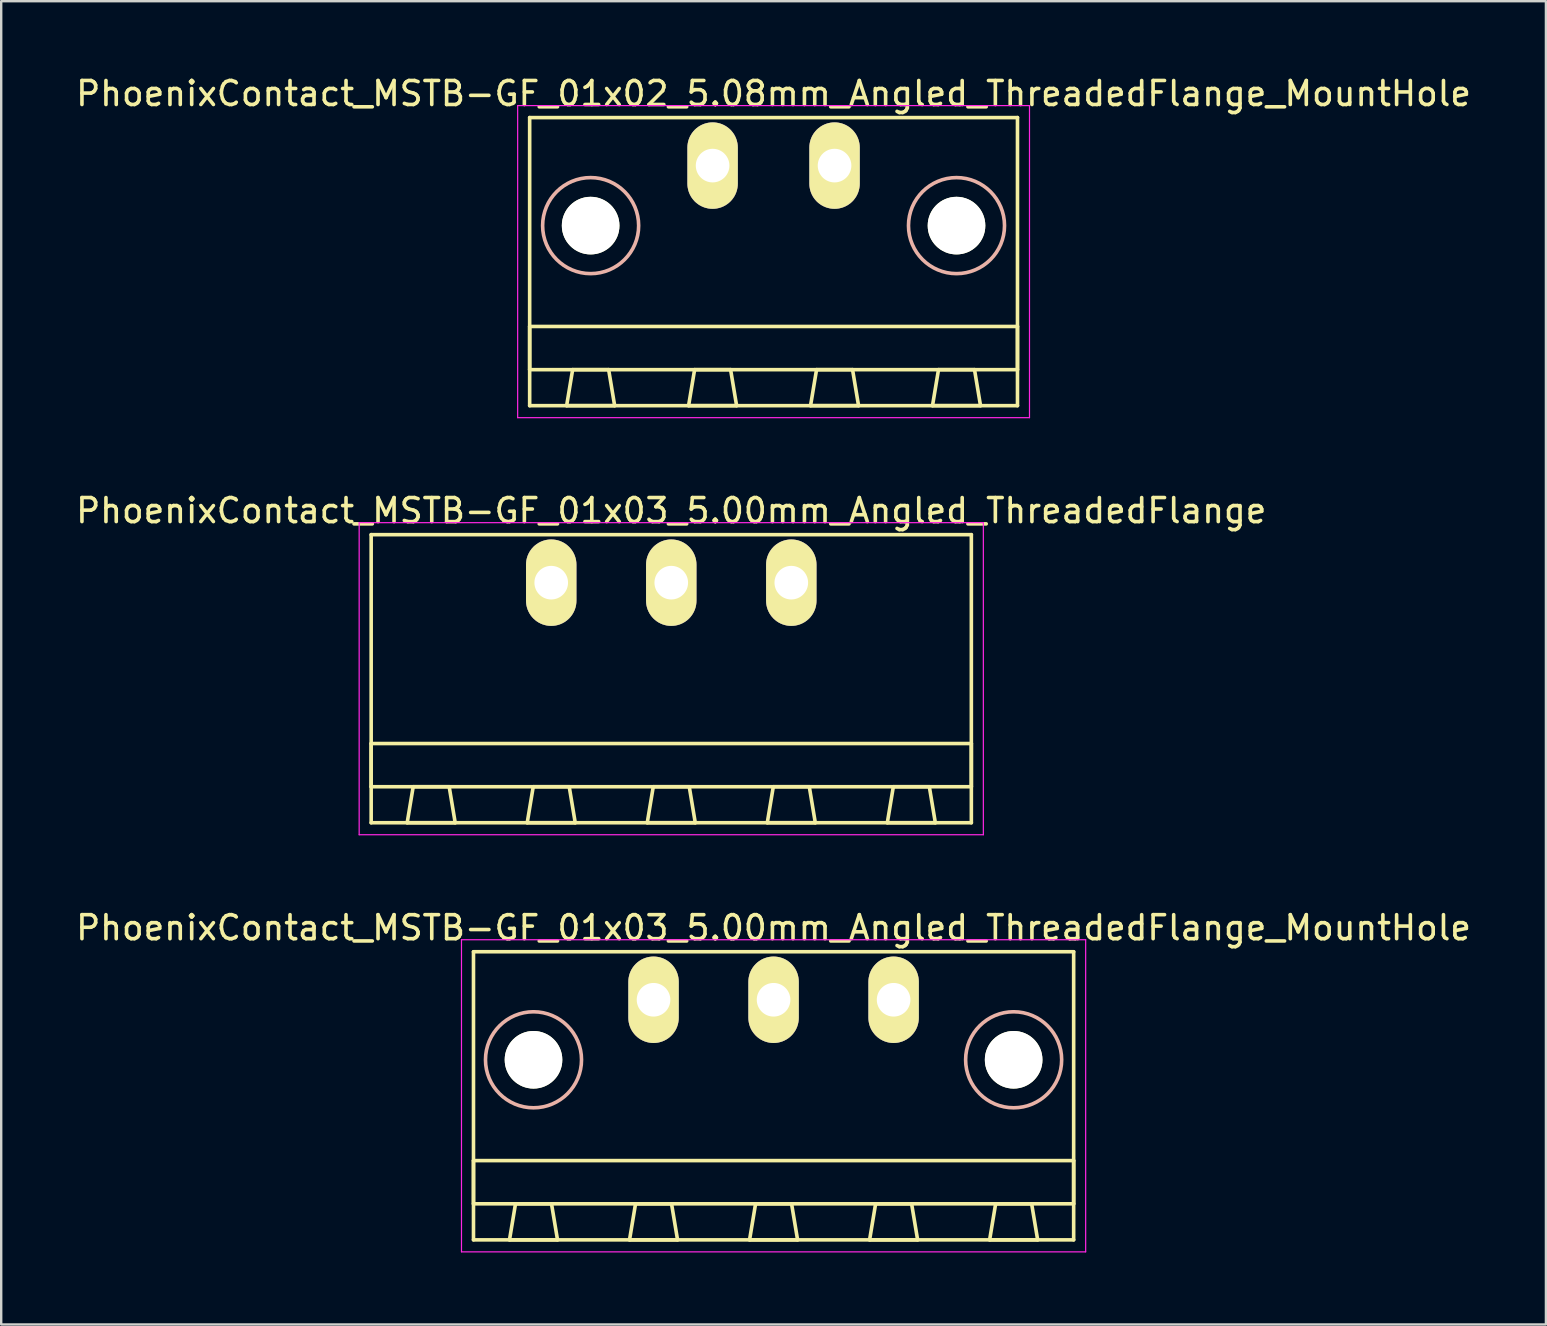
<source format=kicad_pcb>
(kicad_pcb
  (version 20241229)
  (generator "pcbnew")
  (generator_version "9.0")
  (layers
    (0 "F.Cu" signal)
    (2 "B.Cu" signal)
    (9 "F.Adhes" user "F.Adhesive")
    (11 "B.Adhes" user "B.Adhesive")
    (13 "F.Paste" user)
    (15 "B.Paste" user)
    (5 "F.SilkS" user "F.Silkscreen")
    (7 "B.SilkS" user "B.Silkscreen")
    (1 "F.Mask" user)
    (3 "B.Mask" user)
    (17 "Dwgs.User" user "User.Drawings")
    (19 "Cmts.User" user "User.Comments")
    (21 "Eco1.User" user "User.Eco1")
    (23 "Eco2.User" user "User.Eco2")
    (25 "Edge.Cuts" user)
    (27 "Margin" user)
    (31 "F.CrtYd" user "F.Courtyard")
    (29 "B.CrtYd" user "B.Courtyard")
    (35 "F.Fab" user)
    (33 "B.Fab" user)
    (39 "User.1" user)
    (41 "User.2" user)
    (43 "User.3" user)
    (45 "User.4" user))
  (footprint "PhoenixContact_MSTB-GF_01x03_5.00mm_Angled_ThreadedFlange_MountHole"
    (layer "F.Cu")
    (at 24.173 38.595)
    (property "Reference" "PhoenixContact_MSTB-GF_01x03_5.00mm_Angled_ThreadedFlange_MountHole" (at 5 -3 0) (layer "F.SilkS") (effects (font (size 1 1) (thickness 0.15))))
    (attr through_hole)
    (fp_line (start -7.5 -2) (end -7.5 10) (stroke (width 0.15) (type solid)) (layer "F.SilkS"))
    (fp_line (start -7.5 6.7) (end 17.5 6.7) (stroke (width 0.15) (type solid)) (layer "F.SilkS"))
    (fp_line (start -7.5 8.5) (end -7.5 6.7) (stroke (width 0.15) (type solid)) (layer "F.SilkS"))
    (fp_line (start -7.5 10) (end 17.5 10) (stroke (width 0.15) (type solid)) (layer "F.SilkS"))
    (fp_line (start -6 10) (end -4 10) (stroke (width 0.15) (type solid)) (layer "F.SilkS"))
    (fp_line (start -5.75 8.5) (end -6 10) (stroke (width 0.15) (type solid)) (layer "F.SilkS"))
    (fp_line (start -4.25 8.5) (end -5.75 8.5) (stroke (width 0.15) (type solid)) (layer "F.SilkS"))
    (fp_line (start -4 10) (end -4.25 8.5) (stroke (width 0.15) (type solid)) (layer "F.SilkS"))
    (fp_line (start -1 10) (end 1 10) (stroke (width 0.15) (type solid)) (layer "F.SilkS"))
    (fp_line (start -0.75 8.5) (end -1 10) (stroke (width 0.15) (type solid)) (layer "F.SilkS"))
    (fp_line (start 0.75 8.5) (end -0.75 8.5) (stroke (width 0.15) (type solid)) (layer "F.SilkS"))
    (fp_line (start 1 10) (end 0.75 8.5) (stroke (width 0.15) (type solid)) (layer "F.SilkS"))
    (fp_line (start 4 10) (end 6 10) (stroke (width 0.15) (type solid)) (layer "F.SilkS"))
    (fp_line (start 4.25 8.5) (end 4 10) (stroke (width 0.15) (type solid)) (layer "F.SilkS"))
    (fp_line (start 5.75 8.5) (end 4.25 8.5) (stroke (width 0.15) (type solid)) (layer "F.SilkS"))
    (fp_line (start 6 10) (end 5.75 8.5) (stroke (width 0.15) (type solid)) (layer "F.SilkS"))
    (fp_line (start 9 10) (end 11 10) (stroke (width 0.15) (type solid)) (layer "F.SilkS"))
    (fp_line (start 9.25 8.5) (end 9 10) (stroke (width 0.15) (type solid)) (layer "F.SilkS"))
    (fp_line (start 10.75 8.5) (end 9.25 8.5) (stroke (width 0.15) (type solid)) (layer "F.SilkS"))
    (fp_line (start 11 10) (end 10.75 8.5) (stroke (width 0.15) (type solid)) (layer "F.SilkS"))
    (fp_line (start 14 10) (end 16 10) (stroke (width 0.15) (type solid)) (layer "F.SilkS"))
    (fp_line (start 14.25 8.5) (end 14 10) (stroke (width 0.15) (type solid)) (layer "F.SilkS"))
    (fp_line (start 15.75 8.5) (end 14.25 8.5) (stroke (width 0.15) (type solid)) (layer "F.SilkS"))
    (fp_line (start 16 10) (end 15.75 8.5) (stroke (width 0.15) (type solid)) (layer "F.SilkS"))
    (fp_line (start 17.5 -2) (end -7.5 -2) (stroke (width 0.15) (type solid)) (layer "F.SilkS"))
    (fp_line (start 17.5 6.7) (end 17.5 8.5) (stroke (width 0.15) (type solid)) (layer "F.SilkS"))
    (fp_line (start 17.5 8.5) (end -7.5 8.5) (stroke (width 0.15) (type solid)) (layer "F.SilkS"))
    (fp_line (start 17.5 10) (end 17.5 -2) (stroke (width 0.15) (type solid)) (layer "F.SilkS"))
    (fp_circle (center -5 2.5) (end -3 2.5) (stroke (width 0.15) (type solid)) (fill no) (layer "B.SilkS"))
    (fp_circle (center 15 2.5) (end 17 2.5) (stroke (width 0.15) (type solid)) (fill no) (layer "B.SilkS"))
    (fp_line (start -8 -2.5) (end -8 10.5) (stroke (width 0.05) (type solid)) (layer "F.CrtYd"))
    (fp_line (start -8 10.5) (end 18 10.5) (stroke (width 0.05) (type solid)) (layer "F.CrtYd"))
    (fp_line (start 18 -2.5) (end -8 -2.5) (stroke (width 0.05) (type solid)) (layer "F.CrtYd"))
    (fp_line (start 18 10.5) (end 18 -2.5) (stroke (width 0.05) (type solid)) (layer "F.CrtYd"))
    (pad "" np_thru_hole circle (at -5 2.5) (size 2.4 2.4) (drill 2.4) (layers "*.Cu" "*.Mask" "F.SilkS"))
    (pad "" np_thru_hole circle (at 15 2.5) (size 2.4 2.4) (drill 2.4) (layers "*.Cu" "*.Mask" "F.SilkS"))
    (pad "1" thru_hole oval (at 0 0) (size 2.1 3.6) (drill 1.4) (layers "*.Cu" "*.Mask" "F.SilkS"))
    (pad "2" thru_hole oval (at 5 0) (size 2.1 3.6) (drill 1.4) (layers "*.Cu" "*.Mask" "F.SilkS"))
    (pad "3" thru_hole oval (at 10 0) (size 2.1 3.6) (drill 1.4) (layers "*.Cu" "*.Mask" "F.SilkS")))
  (footprint "PhoenixContact_MSTB-GF_01x03_5.00mm_Angled_ThreadedFlange"
    (layer "F.Cu")
    (at 19.911 21.221)
    (property "Reference" "PhoenixContact_MSTB-GF_01x03_5.00mm_Angled_ThreadedFlange" (at 5 -3 0) (layer "F.SilkS") (effects (font (size 1 1) (thickness 0.15))))
    (attr through_hole)
    (fp_line (start -7.5 -2) (end -7.5 10) (stroke (width 0.15) (type solid)) (layer "F.SilkS"))
    (fp_line (start -7.5 6.7) (end 17.5 6.7) (stroke (width 0.15) (type solid)) (layer "F.SilkS"))
    (fp_line (start -7.5 8.5) (end -7.5 6.7) (stroke (width 0.15) (type solid)) (layer "F.SilkS"))
    (fp_line (start -7.5 10) (end 17.5 10) (stroke (width 0.15) (type solid)) (layer "F.SilkS"))
    (fp_line (start -6 10) (end -4 10) (stroke (width 0.15) (type solid)) (layer "F.SilkS"))
    (fp_line (start -5.75 8.5) (end -6 10) (stroke (width 0.15) (type solid)) (layer "F.SilkS"))
    (fp_line (start -4.25 8.5) (end -5.75 8.5) (stroke (width 0.15) (type solid)) (layer "F.SilkS"))
    (fp_line (start -4 10) (end -4.25 8.5) (stroke (width 0.15) (type solid)) (layer "F.SilkS"))
    (fp_line (start -1 10) (end 1 10) (stroke (width 0.15) (type solid)) (layer "F.SilkS"))
    (fp_line (start -0.75 8.5) (end -1 10) (stroke (width 0.15) (type solid)) (layer "F.SilkS"))
    (fp_line (start 0.75 8.5) (end -0.75 8.5) (stroke (width 0.15) (type solid)) (layer "F.SilkS"))
    (fp_line (start 1 10) (end 0.75 8.5) (stroke (width 0.15) (type solid)) (layer "F.SilkS"))
    (fp_line (start 4 10) (end 6 10) (stroke (width 0.15) (type solid)) (layer "F.SilkS"))
    (fp_line (start 4.25 8.5) (end 4 10) (stroke (width 0.15) (type solid)) (layer "F.SilkS"))
    (fp_line (start 5.75 8.5) (end 4.25 8.5) (stroke (width 0.15) (type solid)) (layer "F.SilkS"))
    (fp_line (start 6 10) (end 5.75 8.5) (stroke (width 0.15) (type solid)) (layer "F.SilkS"))
    (fp_line (start 9 10) (end 11 10) (stroke (width 0.15) (type solid)) (layer "F.SilkS"))
    (fp_line (start 9.25 8.5) (end 9 10) (stroke (width 0.15) (type solid)) (layer "F.SilkS"))
    (fp_line (start 10.75 8.5) (end 9.25 8.5) (stroke (width 0.15) (type solid)) (layer "F.SilkS"))
    (fp_line (start 11 10) (end 10.75 8.5) (stroke (width 0.15) (type solid)) (layer "F.SilkS"))
    (fp_line (start 14 10) (end 16 10) (stroke (width 0.15) (type solid)) (layer "F.SilkS"))
    (fp_line (start 14.25 8.5) (end 14 10) (stroke (width 0.15) (type solid)) (layer "F.SilkS"))
    (fp_line (start 15.75 8.5) (end 14.25 8.5) (stroke (width 0.15) (type solid)) (layer "F.SilkS"))
    (fp_line (start 16 10) (end 15.75 8.5) (stroke (width 0.15) (type solid)) (layer "F.SilkS"))
    (fp_line (start 17.5 -2) (end -7.5 -2) (stroke (width 0.15) (type solid)) (layer "F.SilkS"))
    (fp_line (start 17.5 6.7) (end 17.5 8.5) (stroke (width 0.15) (type solid)) (layer "F.SilkS"))
    (fp_line (start 17.5 8.5) (end -7.5 8.5) (stroke (width 0.15) (type solid)) (layer "F.SilkS"))
    (fp_line (start 17.5 10) (end 17.5 -2) (stroke (width 0.15) (type solid)) (layer "F.SilkS"))
    (fp_line (start -8 -2.5) (end -8 10.5) (stroke (width 0.05) (type solid)) (layer "F.CrtYd"))
    (fp_line (start -8 10.5) (end 18 10.5) (stroke (width 0.05) (type solid)) (layer "F.CrtYd"))
    (fp_line (start 18 -2.5) (end -8 -2.5) (stroke (width 0.05) (type solid)) (layer "F.CrtYd"))
    (fp_line (start 18 10.5) (end 18 -2.5) (stroke (width 0.05) (type solid)) (layer "F.CrtYd"))
    (pad "1" thru_hole oval (at 0 0) (size 2.1 3.6) (drill 1.4) (layers "*.Cu" "*.Mask" "F.SilkS"))
    (pad "2" thru_hole oval (at 5 0) (size 2.1 3.6) (drill 1.4) (layers "*.Cu" "*.Mask" "F.SilkS"))
    (pad "3" thru_hole oval (at 10 0) (size 2.1 3.6) (drill 1.4) (layers "*.Cu" "*.Mask" "F.SilkS")))
  (footprint "PhoenixContact_MSTB-GF_01x02_5.08mm_Angled_ThreadedFlange_MountHole"
    (layer "F.Cu")
    (at 26.633 3.848)
    (property "Reference" "PhoenixContact_MSTB-GF_01x02_5.08mm_Angled_ThreadedFlange_MountHole" (at 2.54 -3 0) (layer "F.SilkS") (effects (font (size 1 1) (thickness 0.15))))
    (attr through_hole)
    (fp_line (start -7.62 -2) (end -7.62 10) (stroke (width 0.15) (type solid)) (layer "F.SilkS"))
    (fp_line (start -7.62 6.7) (end 12.7 6.7) (stroke (width 0.15) (type solid)) (layer "F.SilkS"))
    (fp_line (start -7.62 8.5) (end -7.62 6.7) (stroke (width 0.15) (type solid)) (layer "F.SilkS"))
    (fp_line (start -7.62 10) (end 12.7 10) (stroke (width 0.15) (type solid)) (layer "F.SilkS"))
    (fp_line (start -6.08 10) (end -4.08 10) (stroke (width 0.15) (type solid)) (layer "F.SilkS"))
    (fp_line (start -5.83 8.5) (end -6.08 10) (stroke (width 0.15) (type solid)) (layer "F.SilkS"))
    (fp_line (start -4.33 8.5) (end -5.83 8.5) (stroke (width 0.15) (type solid)) (layer "F.SilkS"))
    (fp_line (start -4.08 10) (end -4.33 8.5) (stroke (width 0.15) (type solid)) (layer "F.SilkS"))
    (fp_line (start -1 10) (end 1 10) (stroke (width 0.15) (type solid)) (layer "F.SilkS"))
    (fp_line (start -0.75 8.5) (end -1 10) (stroke (width 0.15) (type solid)) (layer "F.SilkS"))
    (fp_line (start 0.75 8.5) (end -0.75 8.5) (stroke (width 0.15) (type solid)) (layer "F.SilkS"))
    (fp_line (start 1 10) (end 0.75 8.5) (stroke (width 0.15) (type solid)) (layer "F.SilkS"))
    (fp_line (start 4.08 10) (end 6.08 10) (stroke (width 0.15) (type solid)) (layer "F.SilkS"))
    (fp_line (start 4.33 8.5) (end 4.08 10) (stroke (width 0.15) (type solid)) (layer "F.SilkS"))
    (fp_line (start 5.83 8.5) (end 4.33 8.5) (stroke (width 0.15) (type solid)) (layer "F.SilkS"))
    (fp_line (start 6.08 10) (end 5.83 8.5) (stroke (width 0.15) (type solid)) (layer "F.SilkS"))
    (fp_line (start 9.16 10) (end 11.16 10) (stroke (width 0.15) (type solid)) (layer "F.SilkS"))
    (fp_line (start 9.41 8.5) (end 9.16 10) (stroke (width 0.15) (type solid)) (layer "F.SilkS"))
    (fp_line (start 10.91 8.5) (end 9.41 8.5) (stroke (width 0.15) (type solid)) (layer "F.SilkS"))
    (fp_line (start 11.16 10) (end 10.91 8.5) (stroke (width 0.15) (type solid)) (layer "F.SilkS"))
    (fp_line (start 12.7 -2) (end -7.62 -2) (stroke (width 0.15) (type solid)) (layer "F.SilkS"))
    (fp_line (start 12.7 6.7) (end 12.7 8.5) (stroke (width 0.15) (type solid)) (layer "F.SilkS"))
    (fp_line (start 12.7 8.5) (end -7.62 8.5) (stroke (width 0.15) (type solid)) (layer "F.SilkS"))
    (fp_line (start 12.7 10) (end 12.7 -2) (stroke (width 0.15) (type solid)) (layer "F.SilkS"))
    (fp_circle (center -5.08 2.5) (end -3.08 2.5) (stroke (width 0.15) (type solid)) (fill no) (layer "B.SilkS"))
    (fp_circle (center 10.16 2.5) (end 12.16 2.5) (stroke (width 0.15) (type solid)) (fill no) (layer "B.SilkS"))
    (fp_line (start -8.12 -2.5) (end -8.12 10.5) (stroke (width 0.05) (type solid)) (layer "F.CrtYd"))
    (fp_line (start -8.12 10.5) (end 13.2 10.5) (stroke (width 0.05) (type solid)) (layer "F.CrtYd"))
    (fp_line (start 13.2 -2.5) (end -8.12 -2.5) (stroke (width 0.05) (type solid)) (layer "F.CrtYd"))
    (fp_line (start 13.2 10.5) (end 13.2 -2.5) (stroke (width 0.05) (type solid)) (layer "F.CrtYd"))
    (pad "" np_thru_hole circle (at -5.08 2.5) (size 2.4 2.4) (drill 2.4) (layers "*.Cu" "*.Mask" "F.SilkS"))
    (pad "" np_thru_hole circle (at 10.16 2.5) (size 2.4 2.4) (drill 2.4) (layers "*.Cu" "*.Mask" "F.SilkS"))
    (pad "1" thru_hole oval (at 0 0) (size 2.1 3.6) (drill 1.4) (layers "*.Cu" "*.Mask" "F.SilkS"))
    (pad "2" thru_hole oval (at 5.08 0) (size 2.1 3.6) (drill 1.4) (layers "*.Cu" "*.Mask" "F.SilkS")))
  (gr_rect
    (start -3 -3)
    (end 61.345 52.12)
    (stroke (width 0.1) (type default))
    (fill no)
    (layer "Edge.Cuts")))
</source>
